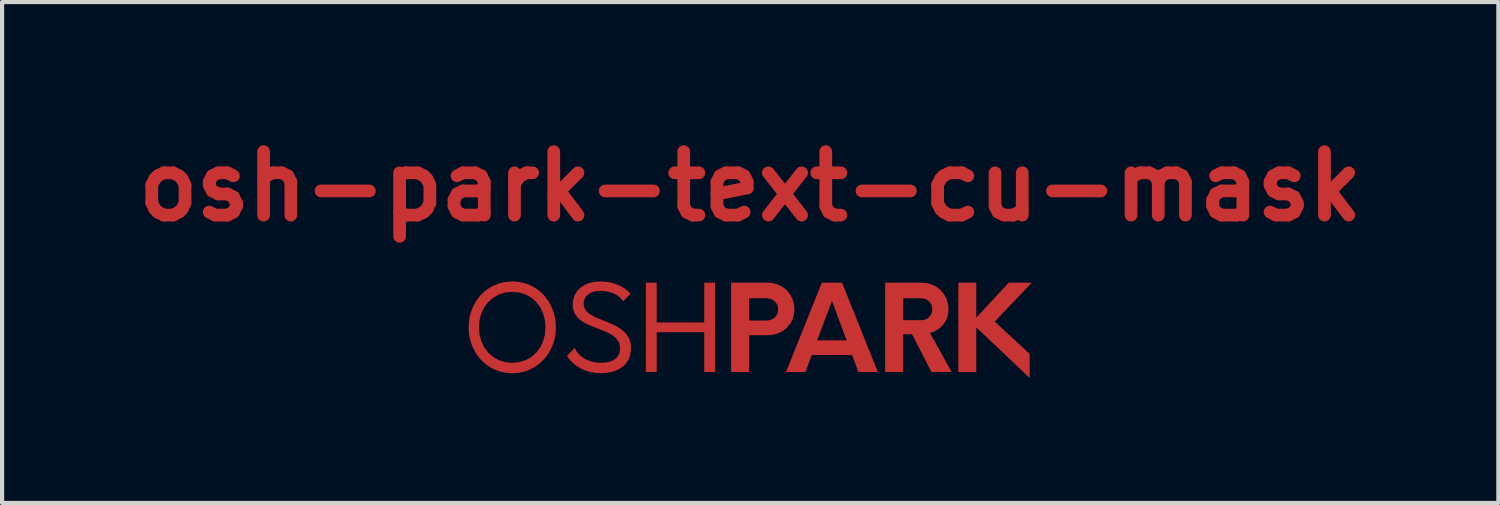
<source format=kicad_pcb>
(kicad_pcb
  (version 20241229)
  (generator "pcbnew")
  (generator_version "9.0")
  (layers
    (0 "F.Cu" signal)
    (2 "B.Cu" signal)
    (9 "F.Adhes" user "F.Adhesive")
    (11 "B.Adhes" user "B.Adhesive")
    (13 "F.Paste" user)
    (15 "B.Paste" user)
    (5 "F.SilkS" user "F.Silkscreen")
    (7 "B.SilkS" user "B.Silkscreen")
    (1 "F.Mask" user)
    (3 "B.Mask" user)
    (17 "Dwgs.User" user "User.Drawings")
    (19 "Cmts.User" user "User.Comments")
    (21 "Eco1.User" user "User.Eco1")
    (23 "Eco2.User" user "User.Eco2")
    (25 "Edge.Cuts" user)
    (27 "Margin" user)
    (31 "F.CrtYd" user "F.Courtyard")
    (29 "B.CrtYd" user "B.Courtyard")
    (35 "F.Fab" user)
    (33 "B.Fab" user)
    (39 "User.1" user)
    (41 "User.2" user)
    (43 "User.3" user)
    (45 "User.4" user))
  (footprint "osh-park-text-cu-mask"
    (layer "F.Cu")
    (at 14.964 5.236)
    (property "Reference" "osh-park-text-cu-mask" (at 0 -3.81 180) (layer "F.Cu") (effects (font (size 1.524 1.524) (thickness 0.305))))
    (attr smd)
    (fp_poly (pts (xy 6.761 -1.499) (xy 6.209 -1.499) (xy 5.428 -0.661) (xy 5.428 -1.499) (xy 4.996 -1.499) (xy 4.996 0.647) (xy 5.428 0.647) (xy 5.428 -0.426) (xy 6.71 0.79) (xy 6.71 0.212) (xy 5.871 -0.564) (xy 6.761 -1.499)) (stroke (width 0) (type solid)) (fill yes) (layer "F.Cu"))
    (fp_poly (pts (xy -1.104 -1.499) (xy -1.104 -0.544) (xy -2.246 -0.544) (xy -2.246 -1.499) (xy -2.506 -1.499) (xy -2.506 0.647) (xy -2.246 0.647) (xy -2.246 -0.309) (xy -1.104 -0.309) (xy -1.104 0.647) (xy -0.844 0.647) (xy -0.844 -1.499) (xy -1.104 -1.499)) (stroke (width 0) (type solid)) (fill yes) (layer "F.Cu"))
    (fp_poly (pts (xy 2.598 0.647) (xy 1.963 -1.062) (xy 2.315 -0.114) (xy 1.608 -0.114) (xy 1.963 -1.062) (xy 2.598 0.647) (xy 3.065 0.647) (xy 2.204 -1.499) (xy 1.72 -1.499) (xy 0.859 0.647) (xy 1.325 0.647) (xy 1.477 0.24) (xy 2.447 0.24) (xy 2.598 0.647)) (stroke (width 0) (type solid)) (fill yes) (layer "F.Cu"))
    (fp_poly (pts (xy 0.428 -1.499) (xy -0.027 -1.124) (xy 0.388 -1.124) (xy 0.445 -1.119) (xy 0.499 -1.105) (xy 0.547 -1.082) (xy 0.589 -1.05) (xy 0.623 -1.012) (xy 0.649 -0.966) (xy 0.665 -0.915) (xy 0.671 -0.858) (xy 0.665 -0.8) (xy 0.649 -0.747) (xy 0.623 -0.701) (xy 0.589 -0.663) (xy 0.547 -0.631) (xy 0.499 -0.608) (xy 0.445 -0.594) (xy 0.388 -0.589) (xy 0.388 -0.589) (xy -0.027 -0.589) (xy -0.027 -1.124) (xy 0.428 -1.499) (xy -0.459 -1.499) (xy -0.459 0.647) (xy -0.027 0.647) (xy -0.027 -0.237) (xy 0.428 -0.237) (xy 0.558 -0.25) (xy 0.678 -0.285) (xy 0.786 -0.341) (xy 0.88 -0.416) (xy 0.956 -0.508) (xy 1.014 -0.614) (xy 1.05 -0.732) (xy 1.063 -0.861) (xy 1.05 -0.99) (xy 1.014 -1.109) (xy 0.956 -1.218) (xy 0.88 -1.312) (xy 0.786 -1.39) (xy 0.678 -1.449) (xy 0.558 -1.486) (xy 0.428 -1.499) (xy 0.428 -1.499)) (stroke (width 0) (type solid)) (fill yes) (layer "F.Cu"))
    (fp_poly (pts (xy 4.317 -0.292) (xy 4.11 -0.598) (xy 3.672 -0.598) (xy 3.672 -1.124) (xy 4.11 -1.124) (xy 4.163 -1.119) (xy 4.212 -1.104) (xy 4.257 -1.08) (xy 4.295 -1.049) (xy 4.327 -1.01) (xy 4.35 -0.965) (xy 4.365 -0.915) (xy 4.37 -0.861) (xy 4.365 -0.807) (xy 4.351 -0.757) (xy 4.327 -0.713) (xy 4.296 -0.674) (xy 4.258 -0.642) (xy 4.214 -0.618) (xy 4.164 -0.603) (xy 4.11 -0.598) (xy 4.11 -0.598) (xy 4.317 -0.292) (xy 4.41 -0.323) (xy 4.496 -0.368) (xy 4.572 -0.425) (xy 4.637 -0.493) (xy 4.69 -0.572) (xy 4.73 -0.659) (xy 4.754 -0.755) (xy 4.762 -0.858) (xy 4.75 -0.988) (xy 4.713 -1.109) (xy 4.655 -1.218) (xy 4.578 -1.313) (xy 4.484 -1.391) (xy 4.376 -1.449) (xy 4.256 -1.486) (xy 4.127 -1.499) (xy 3.24 -1.499) (xy 3.24 0.647) (xy 3.672 0.647) (xy 3.672 -0.263) (xy 3.884 -0.263) (xy 4.353 0.647) (xy 4.837 0.647) (xy 4.316 -0.292) (xy 4.317 -0.292)) (stroke (width 0) (type solid)) (fill yes) (layer "F.Cu"))
    (fp_poly (pts (xy -3.591 0.675) (xy -3.442 0.666) (xy -3.304 0.639) (xy -3.18 0.593) (xy -3.072 0.528) (xy -2.984 0.444) (xy -2.918 0.34) (xy -2.876 0.216) (xy -2.861 0.072) (xy -2.877 -0.068) (xy -2.921 -0.185) (xy -2.99 -0.283) (xy -3.078 -0.366) (xy -3.18 -0.435) (xy -3.292 -0.493) (xy -3.528 -0.592) (xy -3.707 -0.664) (xy -3.857 -0.747) (xy -3.916 -0.796) (xy -3.961 -0.852) (xy -3.99 -0.916) (xy -4 -0.99) (xy -3.992 -1.065) (xy -3.968 -1.129) (xy -3.93 -1.183) (xy -3.88 -1.226) (xy -3.82 -1.26) (xy -3.752 -1.283) (xy -3.677 -1.297) (xy -3.597 -1.302) (xy -3.501 -1.297) (xy -3.413 -1.284) (xy -3.333 -1.262) (xy -3.26 -1.232) (xy -3.196 -1.196) (xy -3.139 -1.154) (xy -3.05 -1.053) (xy -2.876 -1.231) (xy -2.935 -1.293) (xy -3.003 -1.349) (xy -3.081 -1.4) (xy -3.169 -1.444) (xy -3.265 -1.479) (xy -3.369 -1.506) (xy -3.482 -1.522) (xy -3.603 -1.528) (xy -3.735 -1.519) (xy -3.858 -1.492) (xy -3.97 -1.448) (xy -4.069 -1.386) (xy -4.15 -1.307) (xy -4.211 -1.211) (xy -4.25 -1.099) (xy -4.264 -0.971) (xy -4.25 -0.851) (xy -4.21 -0.75) (xy -4.149 -0.666) (xy -4.071 -0.595) (xy -3.978 -0.535) (xy -3.875 -0.483) (xy -3.654 -0.395) (xy -3.457 -0.316) (xy -3.367 -0.271) (xy -3.287 -0.22) (xy -3.22 -0.161) (xy -3.168 -0.092) (xy -3.136 -0.011) (xy -3.125 0.085) (xy -3.135 0.169) (xy -3.162 0.24) (xy -3.204 0.299) (xy -3.259 0.346) (xy -3.327 0.382) (xy -3.404 0.407) (xy -3.49 0.421) (xy -3.583 0.426) (xy -3.691 0.419) (xy -3.793 0.4) (xy -3.889 0.369) (xy -3.976 0.327) (xy -4.053 0.276) (xy -4.119 0.215) (xy -4.172 0.145) (xy -4.212 0.068) (xy -4.401 0.26) (xy -4.338 0.348) (xy -4.261 0.427) (xy -4.172 0.498) (xy -4.072 0.559) (xy -3.963 0.608) (xy -3.845 0.644) (xy -3.721 0.667) (xy -3.591 0.675) (xy -3.591 0.675)) (stroke (width 0) (type solid)) (fill yes) (layer "F.Cu"))
    (fp_poly (pts (xy -5.714 0.675) (xy -5.714 0.426) (xy -5.885 0.409) (xy -6.039 0.36) (xy -6.176 0.283) (xy -6.293 0.179) (xy -6.387 0.054) (xy -6.457 -0.091) (xy -6.5 -0.252) (xy -6.515 -0.426) (xy -6.5 -0.6) (xy -6.457 -0.761) (xy -6.387 -0.906) (xy -6.293 -1.032) (xy -6.176 -1.135) (xy -6.039 -1.213) (xy -5.885 -1.262) (xy -5.714 -1.279) (xy -5.542 -1.262) (xy -5.388 -1.213) (xy -5.251 -1.135) (xy -5.136 -1.032) (xy -5.042 -0.906) (xy -4.973 -0.761) (xy -4.93 -0.6) (xy -4.916 -0.426) (xy -4.93 -0.252) (xy -4.973 -0.091) (xy -5.042 0.054) (xy -5.136 0.179) (xy -5.251 0.283) (xy -5.388 0.36) (xy -5.542 0.409) (xy -5.714 0.426) (xy -5.714 0.675) (xy -5.602 0.669) (xy -5.495 0.653) (xy -5.392 0.626) (xy -5.294 0.589) (xy -5.202 0.542) (xy -5.116 0.487) (xy -5.036 0.424) (xy -4.963 0.353) (xy -4.897 0.275) (xy -4.838 0.19) (xy -4.787 0.099) (xy -4.745 0.003) (xy -4.711 -0.099) (xy -4.687 -0.204) (xy -4.672 -0.314) (xy -4.667 -0.427) (xy -4.672 -0.539) (xy -4.687 -0.649) (xy -4.711 -0.755) (xy -4.745 -0.856) (xy -4.787 -0.952) (xy -4.838 -1.043) (xy -4.897 -1.128) (xy -4.963 -1.206) (xy -5.036 -1.277) (xy -5.116 -1.34) (xy -5.202 -1.396) (xy -5.294 -1.442) (xy -5.392 -1.479) (xy -5.495 -1.506) (xy -5.602 -1.523) (xy -5.714 -1.529) (xy -5.826 -1.523) (xy -5.934 -1.506) (xy -6.037 -1.479) (xy -6.135 -1.442) (xy -6.227 -1.396) (xy -6.313 -1.34) (xy -6.393 -1.277) (xy -6.466 -1.206) (xy -6.532 -1.128) (xy -6.59 -1.043) (xy -6.641 -0.952) (xy -6.683 -0.856) (xy -6.717 -0.755) (xy -6.741 -0.649) (xy -6.756 -0.539) (xy -6.761 -0.427) (xy -6.756 -0.314) (xy -6.741 -0.204) (xy -6.717 -0.099) (xy -6.683 0.003) (xy -6.641 0.099) (xy -6.59 0.19) (xy -6.532 0.275) (xy -6.466 0.353) (xy -6.393 0.424) (xy -6.313 0.487) (xy -6.227 0.542) (xy -6.135 0.589) (xy -6.037 0.626) (xy -5.934 0.653) (xy -5.826 0.669) (xy -5.714 0.675)) (stroke (width 0) (type solid)) (fill yes) (layer "F.Cu"))
    (fp_poly (pts (xy 6.761 -1.499) (xy 6.209 -1.499) (xy 5.428 -0.661) (xy 5.428 -1.499) (xy 4.996 -1.499) (xy 4.996 0.647) (xy 5.428 0.647) (xy 5.428 -0.426) (xy 6.71 0.79) (xy 6.71 0.212) (xy 5.871 -0.564) (xy 6.761 -1.499)) (stroke (width 0) (type solid)) (fill yes) (layer "F.Mask"))
    (fp_poly (pts (xy -1.104 -1.499) (xy -1.104 -0.544) (xy -2.246 -0.544) (xy -2.246 -1.499) (xy -2.506 -1.499) (xy -2.506 0.647) (xy -2.246 0.647) (xy -2.246 -0.309) (xy -1.104 -0.309) (xy -1.104 0.647) (xy -0.844 0.647) (xy -0.844 -1.499) (xy -1.104 -1.499)) (stroke (width 0) (type solid)) (fill yes) (layer "F.Mask"))
    (fp_poly (pts (xy 2.598 0.647) (xy 1.963 -1.062) (xy 2.315 -0.114) (xy 1.608 -0.114) (xy 1.963 -1.062) (xy 2.598 0.647) (xy 3.065 0.647) (xy 2.204 -1.499) (xy 1.72 -1.499) (xy 0.859 0.647) (xy 1.325 0.647) (xy 1.477 0.24) (xy 2.447 0.24) (xy 2.598 0.647)) (stroke (width 0) (type solid)) (fill yes) (layer "F.Mask"))
    (fp_poly (pts (xy 0.428 -1.499) (xy -0.027 -1.124) (xy 0.388 -1.124) (xy 0.445 -1.119) (xy 0.499 -1.105) (xy 0.547 -1.082) (xy 0.589 -1.05) (xy 0.623 -1.012) (xy 0.649 -0.966) (xy 0.665 -0.915) (xy 0.671 -0.858) (xy 0.665 -0.8) (xy 0.649 -0.747) (xy 0.623 -0.701) (xy 0.589 -0.663) (xy 0.547 -0.631) (xy 0.499 -0.608) (xy 0.445 -0.594) (xy 0.388 -0.589) (xy 0.388 -0.589) (xy -0.027 -0.589) (xy -0.027 -1.124) (xy 0.428 -1.499) (xy -0.459 -1.499) (xy -0.459 0.647) (xy -0.027 0.647) (xy -0.027 -0.237) (xy 0.428 -0.237) (xy 0.558 -0.25) (xy 0.678 -0.285) (xy 0.786 -0.341) (xy 0.88 -0.416) (xy 0.956 -0.508) (xy 1.014 -0.614) (xy 1.05 -0.732) (xy 1.063 -0.861) (xy 1.05 -0.99) (xy 1.014 -1.109) (xy 0.956 -1.218) (xy 0.88 -1.312) (xy 0.786 -1.39) (xy 0.678 -1.449) (xy 0.558 -1.486) (xy 0.428 -1.499) (xy 0.428 -1.499)) (stroke (width 0) (type solid)) (fill yes) (layer "F.Mask"))
    (fp_poly (pts (xy 4.317 -0.292) (xy 4.11 -0.598) (xy 3.672 -0.598) (xy 3.672 -1.124) (xy 4.11 -1.124) (xy 4.163 -1.119) (xy 4.212 -1.104) (xy 4.257 -1.08) (xy 4.295 -1.049) (xy 4.327 -1.01) (xy 4.35 -0.965) (xy 4.365 -0.915) (xy 4.37 -0.861) (xy 4.365 -0.807) (xy 4.351 -0.757) (xy 4.327 -0.713) (xy 4.296 -0.674) (xy 4.258 -0.642) (xy 4.214 -0.618) (xy 4.164 -0.603) (xy 4.11 -0.598) (xy 4.11 -0.598) (xy 4.317 -0.292) (xy 4.41 -0.323) (xy 4.496 -0.368) (xy 4.572 -0.425) (xy 4.637 -0.493) (xy 4.69 -0.572) (xy 4.73 -0.659) (xy 4.754 -0.755) (xy 4.762 -0.858) (xy 4.75 -0.988) (xy 4.713 -1.109) (xy 4.655 -1.218) (xy 4.578 -1.313) (xy 4.484 -1.391) (xy 4.376 -1.449) (xy 4.256 -1.486) (xy 4.127 -1.499) (xy 3.24 -1.499) (xy 3.24 0.647) (xy 3.672 0.647) (xy 3.672 -0.263) (xy 3.884 -0.263) (xy 4.353 0.647) (xy 4.837 0.647) (xy 4.316 -0.292) (xy 4.317 -0.292)) (stroke (width 0) (type solid)) (fill yes) (layer "F.Mask"))
    (fp_poly (pts (xy -3.591 0.675) (xy -3.442 0.666) (xy -3.304 0.639) (xy -3.18 0.593) (xy -3.072 0.528) (xy -2.984 0.444) (xy -2.918 0.34) (xy -2.876 0.216) (xy -2.861 0.072) (xy -2.877 -0.068) (xy -2.921 -0.185) (xy -2.99 -0.283) (xy -3.078 -0.366) (xy -3.18 -0.435) (xy -3.292 -0.493) (xy -3.528 -0.592) (xy -3.707 -0.664) (xy -3.857 -0.747) (xy -3.916 -0.796) (xy -3.961 -0.852) (xy -3.99 -0.916) (xy -4 -0.99) (xy -3.992 -1.065) (xy -3.968 -1.129) (xy -3.93 -1.183) (xy -3.88 -1.226) (xy -3.82 -1.26) (xy -3.752 -1.283) (xy -3.677 -1.297) (xy -3.597 -1.302) (xy -3.501 -1.297) (xy -3.413 -1.284) (xy -3.333 -1.262) (xy -3.26 -1.232) (xy -3.196 -1.196) (xy -3.139 -1.154) (xy -3.05 -1.053) (xy -2.876 -1.231) (xy -2.935 -1.293) (xy -3.003 -1.349) (xy -3.081 -1.4) (xy -3.169 -1.444) (xy -3.265 -1.479) (xy -3.369 -1.506) (xy -3.482 -1.522) (xy -3.603 -1.528) (xy -3.735 -1.519) (xy -3.858 -1.492) (xy -3.97 -1.448) (xy -4.069 -1.386) (xy -4.15 -1.307) (xy -4.211 -1.211) (xy -4.25 -1.099) (xy -4.264 -0.971) (xy -4.25 -0.851) (xy -4.21 -0.75) (xy -4.149 -0.666) (xy -4.071 -0.595) (xy -3.978 -0.535) (xy -3.875 -0.483) (xy -3.654 -0.395) (xy -3.457 -0.316) (xy -3.367 -0.271) (xy -3.287 -0.22) (xy -3.22 -0.161) (xy -3.168 -0.092) (xy -3.136 -0.011) (xy -3.125 0.085) (xy -3.135 0.169) (xy -3.162 0.24) (xy -3.204 0.299) (xy -3.259 0.346) (xy -3.327 0.382) (xy -3.404 0.407) (xy -3.49 0.421) (xy -3.583 0.426) (xy -3.691 0.419) (xy -3.793 0.4) (xy -3.889 0.369) (xy -3.976 0.327) (xy -4.053 0.276) (xy -4.119 0.215) (xy -4.172 0.145) (xy -4.212 0.068) (xy -4.401 0.26) (xy -4.338 0.348) (xy -4.261 0.427) (xy -4.172 0.498) (xy -4.072 0.559) (xy -3.963 0.608) (xy -3.845 0.644) (xy -3.721 0.667) (xy -3.591 0.675) (xy -3.591 0.675)) (stroke (width 0) (type solid)) (fill yes) (layer "F.Mask"))
    (fp_poly (pts (xy -5.714 0.675) (xy -5.714 0.426) (xy -5.885 0.409) (xy -6.039 0.36) (xy -6.176 0.283) (xy -6.293 0.179) (xy -6.387 0.054) (xy -6.457 -0.091) (xy -6.5 -0.252) (xy -6.515 -0.426) (xy -6.5 -0.6) (xy -6.457 -0.761) (xy -6.387 -0.906) (xy -6.293 -1.032) (xy -6.176 -1.135) (xy -6.039 -1.213) (xy -5.885 -1.262) (xy -5.714 -1.279) (xy -5.542 -1.262) (xy -5.388 -1.213) (xy -5.251 -1.135) (xy -5.136 -1.032) (xy -5.042 -0.906) (xy -4.973 -0.761) (xy -4.93 -0.6) (xy -4.916 -0.426) (xy -4.93 -0.252) (xy -4.973 -0.091) (xy -5.042 0.054) (xy -5.136 0.179) (xy -5.251 0.283) (xy -5.388 0.36) (xy -5.542 0.409) (xy -5.714 0.426) (xy -5.714 0.675) (xy -5.602 0.669) (xy -5.495 0.653) (xy -5.392 0.626) (xy -5.294 0.589) (xy -5.202 0.542) (xy -5.116 0.487) (xy -5.036 0.424) (xy -4.963 0.353) (xy -4.897 0.275) (xy -4.838 0.19) (xy -4.787 0.099) (xy -4.745 0.003) (xy -4.711 -0.099) (xy -4.687 -0.204) (xy -4.672 -0.314) (xy -4.667 -0.427) (xy -4.672 -0.539) (xy -4.687 -0.649) (xy -4.711 -0.755) (xy -4.745 -0.856) (xy -4.787 -0.952) (xy -4.838 -1.043) (xy -4.897 -1.128) (xy -4.963 -1.206) (xy -5.036 -1.277) (xy -5.116 -1.34) (xy -5.202 -1.396) (xy -5.294 -1.442) (xy -5.392 -1.479) (xy -5.495 -1.506) (xy -5.602 -1.523) (xy -5.714 -1.529) (xy -5.826 -1.523) (xy -5.934 -1.506) (xy -6.037 -1.479) (xy -6.135 -1.442) (xy -6.227 -1.396) (xy -6.313 -1.34) (xy -6.393 -1.277) (xy -6.466 -1.206) (xy -6.532 -1.128) (xy -6.59 -1.043) (xy -6.641 -0.952) (xy -6.683 -0.856) (xy -6.717 -0.755) (xy -6.741 -0.649) (xy -6.756 -0.539) (xy -6.761 -0.427) (xy -6.756 -0.314) (xy -6.741 -0.204) (xy -6.717 -0.099) (xy -6.683 0.003) (xy -6.641 0.099) (xy -6.59 0.19) (xy -6.532 0.275) (xy -6.466 0.353) (xy -6.393 0.424) (xy -6.313 0.487) (xy -6.227 0.542) (xy -6.135 0.589) (xy -6.037 0.626) (xy -5.934 0.653) (xy -5.826 0.669) (xy -5.714 0.675)) (stroke (width 0) (type solid)) (fill yes) (layer "F.Mask")))
  (gr_rect
    (start -3 -3)
    (end 32.928 9.026)
    (stroke (width 0.1) (type default))
    (fill no)
    (layer "Edge.Cuts")))
</source>
